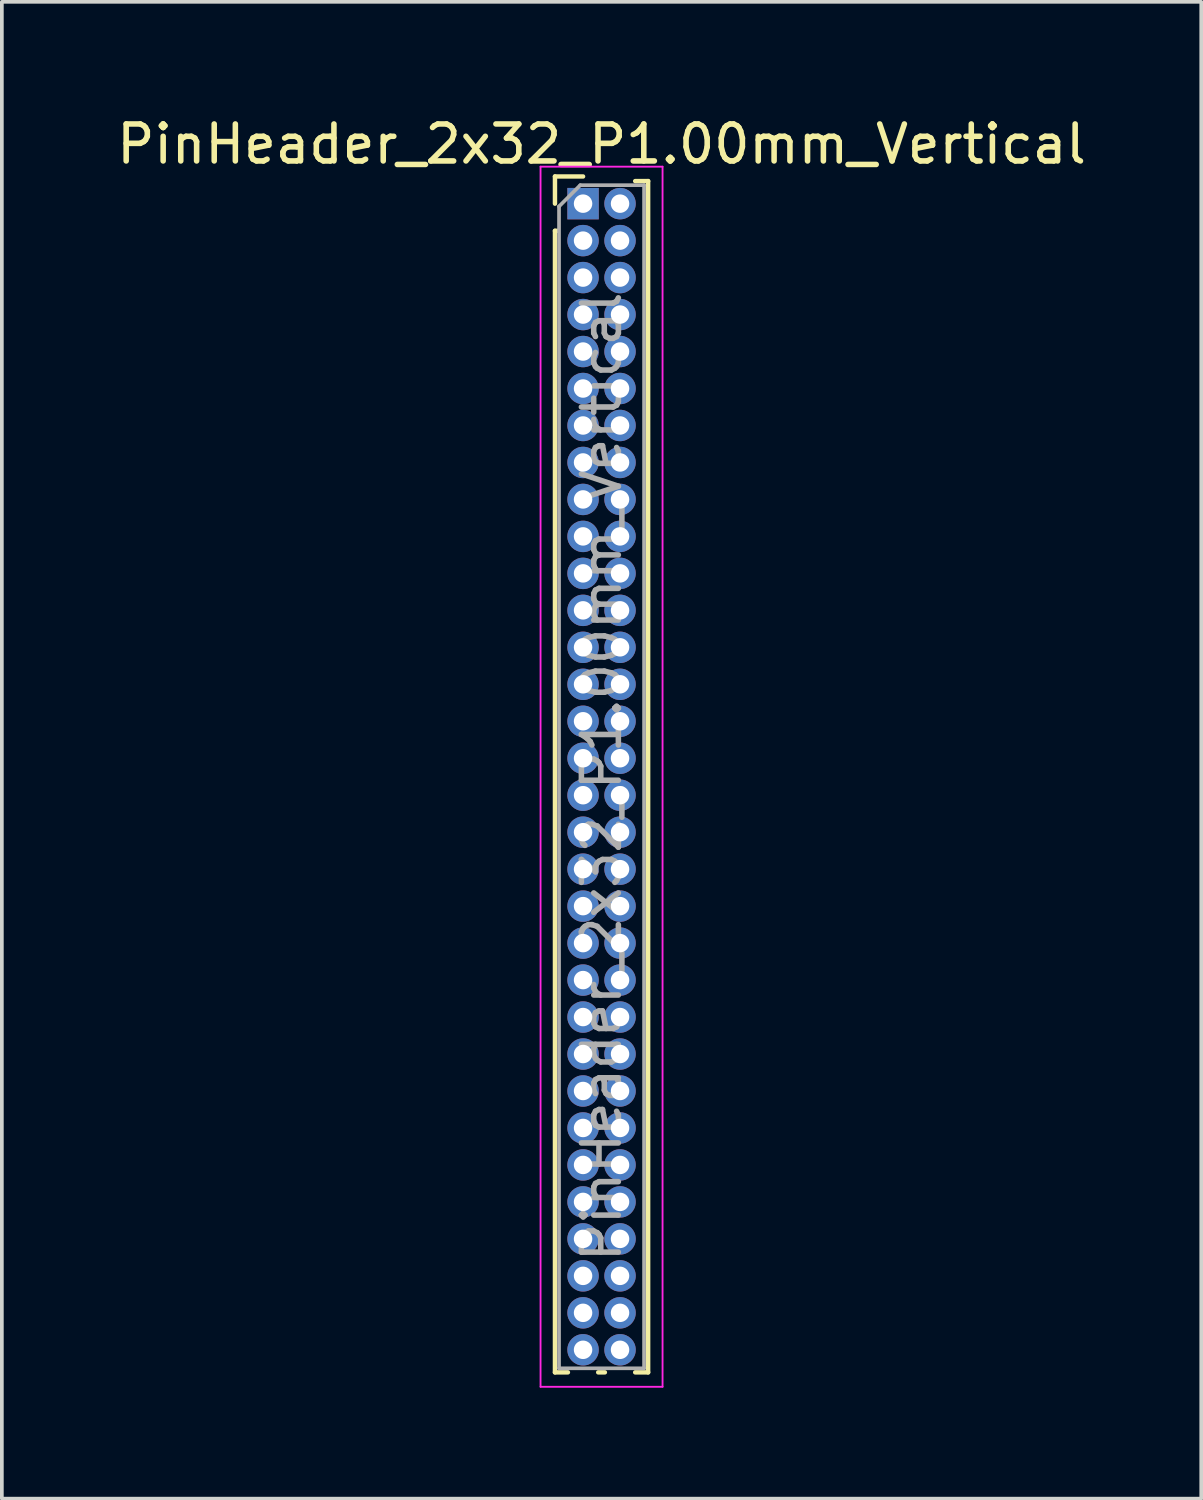
<source format=kicad_pcb>
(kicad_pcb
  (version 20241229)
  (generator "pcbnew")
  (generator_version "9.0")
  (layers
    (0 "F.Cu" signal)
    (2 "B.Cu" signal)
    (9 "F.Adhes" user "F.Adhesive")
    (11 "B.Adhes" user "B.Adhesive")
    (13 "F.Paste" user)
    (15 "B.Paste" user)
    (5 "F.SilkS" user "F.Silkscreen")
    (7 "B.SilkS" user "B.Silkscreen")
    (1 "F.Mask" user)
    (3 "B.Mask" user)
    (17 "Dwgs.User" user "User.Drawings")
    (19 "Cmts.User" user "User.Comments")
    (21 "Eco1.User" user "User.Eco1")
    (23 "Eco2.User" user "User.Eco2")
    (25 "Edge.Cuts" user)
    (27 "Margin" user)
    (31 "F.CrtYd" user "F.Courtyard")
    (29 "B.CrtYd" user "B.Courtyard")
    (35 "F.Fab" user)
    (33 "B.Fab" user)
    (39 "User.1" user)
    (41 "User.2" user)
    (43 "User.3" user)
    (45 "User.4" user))
  (footprint "PinHeader_2x32_P1.00mm_Vertical"
    (layer "F.Cu")
    (at 12.72 2.458)
    (property "Reference" "PinHeader_2x32_P1.00mm_Vertical" (at 0.5 -1.61 0) (layer "F.SilkS") (effects (font (size 1 1) (thickness 0.15))))
    (attr through_hole)
    (fp_line (start -0.76 -0.735) (end 0 -0.735) (stroke (width 0.12) (type solid)) (layer "F.SilkS"))
    (fp_line (start -0.76 0) (end -0.76 -0.735) (stroke (width 0.12) (type solid)) (layer "F.SilkS"))
    (fp_line (start -0.76 0.735) (end -0.76 31.61) (stroke (width 0.12) (type solid)) (layer "F.SilkS"))
    (fp_line (start -0.76 0.735) (end -0.686 0.735) (stroke (width 0.12) (type solid)) (layer "F.SilkS"))
    (fp_line (start -0.76 31.61) (end -0.41 31.61) (stroke (width 0.12) (type solid)) (layer "F.SilkS"))
    (fp_line (start 0.41 31.61) (end 0.59 31.61) (stroke (width 0.12) (type solid)) (layer "F.SilkS"))
    (fp_line (start 1.41 -0.61) (end 1.76 -0.61) (stroke (width 0.12) (type solid)) (layer "F.SilkS"))
    (fp_line (start 1.41 31.61) (end 1.76 31.61) (stroke (width 0.12) (type solid)) (layer "F.SilkS"))
    (fp_line (start 1.76 -0.61) (end 1.76 31.61) (stroke (width 0.12) (type solid)) (layer "F.SilkS"))
    (fp_line (start -1.15 -1) (end -1.15 32) (stroke (width 0.05) (type solid)) (layer "F.CrtYd"))
    (fp_line (start -1.15 32) (end 2.15 32) (stroke (width 0.05) (type solid)) (layer "F.CrtYd"))
    (fp_line (start 2.15 -1) (end -1.15 -1) (stroke (width 0.05) (type solid)) (layer "F.CrtYd"))
    (fp_line (start 2.15 32) (end 2.15 -1) (stroke (width 0.05) (type solid)) (layer "F.CrtYd"))
    (fp_line (start -0.65 0.075) (end -0.075 -0.5) (stroke (width 0.1) (type solid)) (layer "F.Fab"))
    (fp_line (start -0.65 31.5) (end -0.65 0.075) (stroke (width 0.1) (type solid)) (layer "F.Fab"))
    (fp_line (start -0.075 -0.5) (end 1.65 -0.5) (stroke (width 0.1) (type solid)) (layer "F.Fab"))
    (fp_line (start 1.65 -0.5) (end 1.65 31.5) (stroke (width 0.1) (type solid)) (layer "F.Fab"))
    (fp_line (start 1.65 31.5) (end -0.65 31.5) (stroke (width 0.1) (type solid)) (layer "F.Fab"))
    (fp_text user "${REFERENCE}" (at 0.5 15.5 90) (layer "F.Fab") (effects (font (size 1 1) (thickness 0.15))))
    (pad "1" thru_hole rect (at 0 0) (size 0.85 0.85) (drill 0.5) (layers "*.Cu" "*.Mask"))
    (pad "2" thru_hole circle (at 1 0) (size 0.85 0.85) (drill 0.5) (layers "*.Cu" "*.Mask"))
    (pad "3" thru_hole circle (at 0 1) (size 0.85 0.85) (drill 0.5) (layers "*.Cu" "*.Mask"))
    (pad "4" thru_hole circle (at 1 1) (size 0.85 0.85) (drill 0.5) (layers "*.Cu" "*.Mask"))
    (pad "5" thru_hole circle (at 0 2) (size 0.85 0.85) (drill 0.5) (layers "*.Cu" "*.Mask"))
    (pad "6" thru_hole circle (at 1 2) (size 0.85 0.85) (drill 0.5) (layers "*.Cu" "*.Mask"))
    (pad "7" thru_hole circle (at 0 3) (size 0.85 0.85) (drill 0.5) (layers "*.Cu" "*.Mask"))
    (pad "8" thru_hole circle (at 1 3) (size 0.85 0.85) (drill 0.5) (layers "*.Cu" "*.Mask"))
    (pad "9" thru_hole circle (at 0 4) (size 0.85 0.85) (drill 0.5) (layers "*.Cu" "*.Mask"))
    (pad "10" thru_hole circle (at 1 4) (size 0.85 0.85) (drill 0.5) (layers "*.Cu" "*.Mask"))
    (pad "11" thru_hole circle (at 0 5) (size 0.85 0.85) (drill 0.5) (layers "*.Cu" "*.Mask"))
    (pad "12" thru_hole circle (at 1 5) (size 0.85 0.85) (drill 0.5) (layers "*.Cu" "*.Mask"))
    (pad "13" thru_hole circle (at 0 6) (size 0.85 0.85) (drill 0.5) (layers "*.Cu" "*.Mask"))
    (pad "14" thru_hole circle (at 1 6) (size 0.85 0.85) (drill 0.5) (layers "*.Cu" "*.Mask"))
    (pad "15" thru_hole circle (at 0 7) (size 0.85 0.85) (drill 0.5) (layers "*.Cu" "*.Mask"))
    (pad "16" thru_hole circle (at 1 7) (size 0.85 0.85) (drill 0.5) (layers "*.Cu" "*.Mask"))
    (pad "17" thru_hole circle (at 0 8) (size 0.85 0.85) (drill 0.5) (layers "*.Cu" "*.Mask"))
    (pad "18" thru_hole circle (at 1 8) (size 0.85 0.85) (drill 0.5) (layers "*.Cu" "*.Mask"))
    (pad "19" thru_hole circle (at 0 9) (size 0.85 0.85) (drill 0.5) (layers "*.Cu" "*.Mask"))
    (pad "20" thru_hole circle (at 1 9) (size 0.85 0.85) (drill 0.5) (layers "*.Cu" "*.Mask"))
    (pad "21" thru_hole circle (at 0 10) (size 0.85 0.85) (drill 0.5) (layers "*.Cu" "*.Mask"))
    (pad "22" thru_hole circle (at 1 10) (size 0.85 0.85) (drill 0.5) (layers "*.Cu" "*.Mask"))
    (pad "23" thru_hole circle (at 0 11) (size 0.85 0.85) (drill 0.5) (layers "*.Cu" "*.Mask"))
    (pad "24" thru_hole circle (at 1 11) (size 0.85 0.85) (drill 0.5) (layers "*.Cu" "*.Mask"))
    (pad "25" thru_hole circle (at 0 12) (size 0.85 0.85) (drill 0.5) (layers "*.Cu" "*.Mask"))
    (pad "26" thru_hole circle (at 1 12) (size 0.85 0.85) (drill 0.5) (layers "*.Cu" "*.Mask"))
    (pad "27" thru_hole circle (at 0 13) (size 0.85 0.85) (drill 0.5) (layers "*.Cu" "*.Mask"))
    (pad "28" thru_hole circle (at 1 13) (size 0.85 0.85) (drill 0.5) (layers "*.Cu" "*.Mask"))
    (pad "29" thru_hole circle (at 0 14) (size 0.85 0.85) (drill 0.5) (layers "*.Cu" "*.Mask"))
    (pad "30" thru_hole circle (at 1 14) (size 0.85 0.85) (drill 0.5) (layers "*.Cu" "*.Mask"))
    (pad "31" thru_hole circle (at 0 15) (size 0.85 0.85) (drill 0.5) (layers "*.Cu" "*.Mask"))
    (pad "32" thru_hole circle (at 1 15) (size 0.85 0.85) (drill 0.5) (layers "*.Cu" "*.Mask"))
    (pad "33" thru_hole circle (at 0 16) (size 0.85 0.85) (drill 0.5) (layers "*.Cu" "*.Mask"))
    (pad "34" thru_hole circle (at 1 16) (size 0.85 0.85) (drill 0.5) (layers "*.Cu" "*.Mask"))
    (pad "35" thru_hole circle (at 0 17) (size 0.85 0.85) (drill 0.5) (layers "*.Cu" "*.Mask"))
    (pad "36" thru_hole circle (at 1 17) (size 0.85 0.85) (drill 0.5) (layers "*.Cu" "*.Mask"))
    (pad "37" thru_hole circle (at 0 18) (size 0.85 0.85) (drill 0.5) (layers "*.Cu" "*.Mask"))
    (pad "38" thru_hole circle (at 1 18) (size 0.85 0.85) (drill 0.5) (layers "*.Cu" "*.Mask"))
    (pad "39" thru_hole circle (at 0 19) (size 0.85 0.85) (drill 0.5) (layers "*.Cu" "*.Mask"))
    (pad "40" thru_hole circle (at 1 19) (size 0.85 0.85) (drill 0.5) (layers "*.Cu" "*.Mask"))
    (pad "41" thru_hole circle (at 0 20) (size 0.85 0.85) (drill 0.5) (layers "*.Cu" "*.Mask"))
    (pad "42" thru_hole circle (at 1 20) (size 0.85 0.85) (drill 0.5) (layers "*.Cu" "*.Mask"))
    (pad "43" thru_hole circle (at 0 21) (size 0.85 0.85) (drill 0.5) (layers "*.Cu" "*.Mask"))
    (pad "44" thru_hole circle (at 1 21) (size 0.85 0.85) (drill 0.5) (layers "*.Cu" "*.Mask"))
    (pad "45" thru_hole circle (at 0 22) (size 0.85 0.85) (drill 0.5) (layers "*.Cu" "*.Mask"))
    (pad "46" thru_hole circle (at 1 22) (size 0.85 0.85) (drill 0.5) (layers "*.Cu" "*.Mask"))
    (pad "47" thru_hole circle (at 0 23) (size 0.85 0.85) (drill 0.5) (layers "*.Cu" "*.Mask"))
    (pad "48" thru_hole circle (at 1 23) (size 0.85 0.85) (drill 0.5) (layers "*.Cu" "*.Mask"))
    (pad "49" thru_hole circle (at 0 24) (size 0.85 0.85) (drill 0.5) (layers "*.Cu" "*.Mask"))
    (pad "50" thru_hole circle (at 1 24) (size 0.85 0.85) (drill 0.5) (layers "*.Cu" "*.Mask"))
    (pad "51" thru_hole circle (at 0 25) (size 0.85 0.85) (drill 0.5) (layers "*.Cu" "*.Mask"))
    (pad "52" thru_hole circle (at 1 25) (size 0.85 0.85) (drill 0.5) (layers "*.Cu" "*.Mask"))
    (pad "53" thru_hole circle (at 0 26) (size 0.85 0.85) (drill 0.5) (layers "*.Cu" "*.Mask"))
    (pad "54" thru_hole circle (at 1 26) (size 0.85 0.85) (drill 0.5) (layers "*.Cu" "*.Mask"))
    (pad "55" thru_hole circle (at 0 27) (size 0.85 0.85) (drill 0.5) (layers "*.Cu" "*.Mask"))
    (pad "56" thru_hole circle (at 1 27) (size 0.85 0.85) (drill 0.5) (layers "*.Cu" "*.Mask"))
    (pad "57" thru_hole circle (at 0 28) (size 0.85 0.85) (drill 0.5) (layers "*.Cu" "*.Mask"))
    (pad "58" thru_hole circle (at 1 28) (size 0.85 0.85) (drill 0.5) (layers "*.Cu" "*.Mask"))
    (pad "59" thru_hole circle (at 0 29) (size 0.85 0.85) (drill 0.5) (layers "*.Cu" "*.Mask"))
    (pad "60" thru_hole circle (at 1 29) (size 0.85 0.85) (drill 0.5) (layers "*.Cu" "*.Mask"))
    (pad "61" thru_hole circle (at 0 30) (size 0.85 0.85) (drill 0.5) (layers "*.Cu" "*.Mask"))
    (pad "62" thru_hole circle (at 1 30) (size 0.85 0.85) (drill 0.5) (layers "*.Cu" "*.Mask"))
    (pad "63" thru_hole circle (at 0 31) (size 0.85 0.85) (drill 0.5) (layers "*.Cu" "*.Mask"))
    (pad "64" thru_hole circle (at 1 31) (size 0.85 0.85) (drill 0.5) (layers "*.Cu" "*.Mask")))
  (gr_rect
    (start -3 -3)
    (end 29.44 37.483)
    (stroke (width 0.1) (type default))
    (fill no)
    (layer "Edge.Cuts")))
</source>
